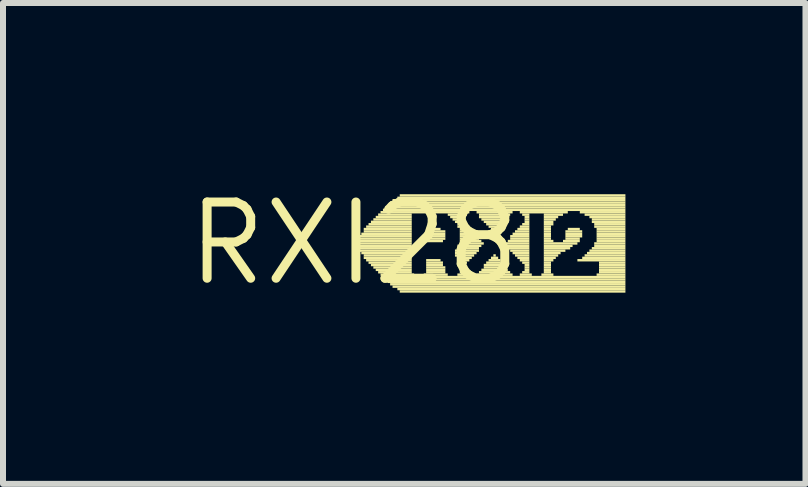
<source format=kicad_pcb>
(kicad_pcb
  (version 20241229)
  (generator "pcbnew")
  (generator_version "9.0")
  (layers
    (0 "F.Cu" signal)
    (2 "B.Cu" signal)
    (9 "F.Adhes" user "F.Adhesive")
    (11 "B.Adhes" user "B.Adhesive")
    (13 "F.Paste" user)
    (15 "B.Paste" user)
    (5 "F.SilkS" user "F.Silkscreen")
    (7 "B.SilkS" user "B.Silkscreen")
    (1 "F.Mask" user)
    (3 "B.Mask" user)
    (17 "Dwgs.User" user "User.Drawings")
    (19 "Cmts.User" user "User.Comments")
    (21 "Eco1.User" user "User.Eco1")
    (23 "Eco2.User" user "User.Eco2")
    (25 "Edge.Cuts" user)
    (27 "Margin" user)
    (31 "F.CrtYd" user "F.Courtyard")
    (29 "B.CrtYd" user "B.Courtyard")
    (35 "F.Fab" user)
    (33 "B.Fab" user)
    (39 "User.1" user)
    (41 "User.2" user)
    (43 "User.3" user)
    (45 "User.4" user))
  (footprint "RXI28"
    (layer "F.Cu")
    (at 2.85 1.006)
    (property "Reference" "RXI28" (at 0 0 0) (layer "F.SilkS") (effects (font (size 1.27 1.27) (thickness 0.15))))
    (fp_poly (pts (xy 0.08 -0.1) (xy 0.96 -0.1) (xy 0.96 -0.14) (xy 0.08 -0.14)) (stroke (width 0) (type solid)) (fill yes) (layer "F.SilkS"))
    (fp_poly (pts (xy 0.08 -0.06) (xy 0.96 -0.06) (xy 0.96 -0.1) (xy 0.08 -0.1)) (stroke (width 0) (type solid)) (fill yes) (layer "F.SilkS"))
    (fp_poly (pts (xy 0.08 -0.02) (xy 0.96 -0.02) (xy 0.96 -0.06) (xy 0.08 -0.06)) (stroke (width 0) (type solid)) (fill yes) (layer "F.SilkS"))
    (fp_poly (pts (xy 0.08 0.02) (xy 0.96 0.02) (xy 0.96 -0.02) (xy 0.08 -0.02)) (stroke (width 0) (type solid)) (fill yes) (layer "F.SilkS"))
    (fp_poly (pts (xy 0.08 0.06) (xy 0.96 0.06) (xy 0.96 0.02) (xy 0.08 0.02)) (stroke (width 0) (type solid)) (fill yes) (layer "F.SilkS"))
    (fp_poly (pts (xy 0.08 0.1) (xy 0.96 0.1) (xy 0.96 0.06) (xy 0.08 0.06)) (stroke (width 0) (type solid)) (fill yes) (layer "F.SilkS"))
    (fp_poly (pts (xy 0.08 0.14) (xy 0.96 0.14) (xy 0.96 0.1) (xy 0.08 0.1)) (stroke (width 0) (type solid)) (fill yes) (layer "F.SilkS"))
    (fp_poly (pts (xy 0.12 -0.14) (xy 0.96 -0.14) (xy 0.96 -0.18) (xy 0.12 -0.18)) (stroke (width 0) (type solid)) (fill yes) (layer "F.SilkS"))
    (fp_poly (pts (xy 0.12 0.18) (xy 0.96 0.18) (xy 0.96 0.14) (xy 0.12 0.14)) (stroke (width 0) (type solid)) (fill yes) (layer "F.SilkS"))
    (fp_poly (pts (xy 0.16 -0.22) (xy 0.96 -0.22) (xy 0.96 -0.26) (xy 0.16 -0.26)) (stroke (width 0) (type solid)) (fill yes) (layer "F.SilkS"))
    (fp_poly (pts (xy 0.16 -0.18) (xy 0.96 -0.18) (xy 0.96 -0.22) (xy 0.16 -0.22)) (stroke (width 0) (type solid)) (fill yes) (layer "F.SilkS"))
    (fp_poly (pts (xy 0.16 0.22) (xy 0.96 0.22) (xy 0.96 0.18) (xy 0.16 0.18)) (stroke (width 0) (type solid)) (fill yes) (layer "F.SilkS"))
    (fp_poly (pts (xy 0.16 0.26) (xy 0.96 0.26) (xy 0.96 0.22) (xy 0.16 0.22)) (stroke (width 0) (type solid)) (fill yes) (layer "F.SilkS"))
    (fp_poly (pts (xy 0.2 -0.26) (xy 0.96 -0.26) (xy 0.96 -0.3) (xy 0.2 -0.3)) (stroke (width 0) (type solid)) (fill yes) (layer "F.SilkS"))
    (fp_poly (pts (xy 0.2 0.3) (xy 0.96 0.3) (xy 0.96 0.26) (xy 0.2 0.26)) (stroke (width 0) (type solid)) (fill yes) (layer "F.SilkS"))
    (fp_poly (pts (xy 0.24 -0.3) (xy 0.96 -0.3) (xy 0.96 -0.34) (xy 0.24 -0.34)) (stroke (width 0) (type solid)) (fill yes) (layer "F.SilkS"))
    (fp_poly (pts (xy 0.24 0.34) (xy 0.96 0.34) (xy 0.96 0.3) (xy 0.24 0.3)) (stroke (width 0) (type solid)) (fill yes) (layer "F.SilkS"))
    (fp_poly (pts (xy 0.28 -0.34) (xy 0.96 -0.34) (xy 0.96 -0.38) (xy 0.28 -0.38)) (stroke (width 0) (type solid)) (fill yes) (layer "F.SilkS"))
    (fp_poly (pts (xy 0.28 0.38) (xy 0.96 0.38) (xy 0.96 0.34) (xy 0.28 0.34)) (stroke (width 0) (type solid)) (fill yes) (layer "F.SilkS"))
    (fp_poly (pts (xy 0.32 -0.38) (xy 0.96 -0.38) (xy 0.96 -0.42) (xy 0.32 -0.42)) (stroke (width 0) (type solid)) (fill yes) (layer "F.SilkS"))
    (fp_poly (pts (xy 0.32 0.42) (xy 0.96 0.42) (xy 0.96 0.38) (xy 0.32 0.38)) (stroke (width 0) (type solid)) (fill yes) (layer "F.SilkS"))
    (fp_poly (pts (xy 0.36 -0.42) (xy 0.96 -0.42) (xy 0.96 -0.46) (xy 0.36 -0.46)) (stroke (width 0) (type solid)) (fill yes) (layer "F.SilkS"))
    (fp_poly (pts (xy 0.36 0.46) (xy 0.96 0.46) (xy 0.96 0.42) (xy 0.36 0.42)) (stroke (width 0) (type solid)) (fill yes) (layer "F.SilkS"))
    (fp_poly (pts (xy 0.4 -0.46) (xy 0.96 -0.46) (xy 0.96 -0.5) (xy 0.4 -0.5)) (stroke (width 0) (type solid)) (fill yes) (layer "F.SilkS"))
    (fp_poly (pts (xy 0.4 0.5) (xy 0.96 0.5) (xy 0.96 0.46) (xy 0.4 0.46)) (stroke (width 0) (type solid)) (fill yes) (layer "F.SilkS"))
    (fp_poly (pts (xy 0.44 -0.5) (xy 1.92 -0.5) (xy 1.92 -0.54) (xy 0.44 -0.54)) (stroke (width 0) (type solid)) (fill yes) (layer "F.SilkS"))
    (fp_poly (pts (xy 0.44 0.54) (xy 1 0.54) (xy 1 0.5) (xy 0.44 0.5)) (stroke (width 0) (type solid)) (fill yes) (layer "F.SilkS"))
    (fp_poly (pts (xy 0.48 -0.54) (xy 4.52 -0.54) (xy 4.52 -0.58) (xy 0.48 -0.58)) (stroke (width 0) (type solid)) (fill yes) (layer "F.SilkS"))
    (fp_poly (pts (xy 0.48 0.58) (xy 4.52 0.58) (xy 4.52 0.54) (xy 0.48 0.54)) (stroke (width 0) (type solid)) (fill yes) (layer "F.SilkS"))
    (fp_poly (pts (xy 0.52 -0.58) (xy 4.52 -0.58) (xy 4.52 -0.62) (xy 0.52 -0.62)) (stroke (width 0) (type solid)) (fill yes) (layer "F.SilkS"))
    (fp_poly (pts (xy 0.52 0.62) (xy 4.52 0.62) (xy 4.52 0.58) (xy 0.52 0.58)) (stroke (width 0) (type solid)) (fill yes) (layer "F.SilkS"))
    (fp_poly (pts (xy 0.56 -0.62) (xy 4.52 -0.62) (xy 4.52 -0.66) (xy 0.56 -0.66)) (stroke (width 0) (type solid)) (fill yes) (layer "F.SilkS"))
    (fp_poly (pts (xy 0.56 0.66) (xy 4.52 0.66) (xy 4.52 0.62) (xy 0.56 0.62)) (stroke (width 0) (type solid)) (fill yes) (layer "F.SilkS"))
    (fp_poly (pts (xy 0.6 -0.66) (xy 4.52 -0.66) (xy 4.52 -0.7) (xy 0.6 -0.7)) (stroke (width 0) (type solid)) (fill yes) (layer "F.SilkS"))
    (fp_poly (pts (xy 0.6 0.7) (xy 4.52 0.7) (xy 4.52 0.66) (xy 0.6 0.66)) (stroke (width 0) (type solid)) (fill yes) (layer "F.SilkS"))
    (fp_poly (pts (xy 0.64 -0.7) (xy 4.52 -0.7) (xy 4.52 -0.74) (xy 0.64 -0.74)) (stroke (width 0) (type solid)) (fill yes) (layer "F.SilkS"))
    (fp_poly (pts (xy 0.64 0.74) (xy 4.52 0.74) (xy 4.52 0.7) (xy 0.64 0.7)) (stroke (width 0) (type solid)) (fill yes) (layer "F.SilkS"))
    (fp_poly (pts (xy 0.72 -0.74) (xy 4.52 -0.74) (xy 4.52 -0.78) (xy 0.72 -0.78)) (stroke (width 0) (type solid)) (fill yes) (layer "F.SilkS"))
    (fp_poly (pts (xy 0.72 0.78) (xy 4.52 0.78) (xy 4.52 0.74) (xy 0.72 0.74)) (stroke (width 0) (type solid)) (fill yes) (layer "F.SilkS"))
    (fp_poly (pts (xy 0.76 -0.78) (xy 4.52 -0.78) (xy 4.52 -0.82) (xy 0.76 -0.82)) (stroke (width 0) (type solid)) (fill yes) (layer "F.SilkS"))
    (fp_poly (pts (xy 0.76 0.82) (xy 4.52 0.82) (xy 4.52 0.78) (xy 0.76 0.78)) (stroke (width 0) (type solid)) (fill yes) (layer "F.SilkS"))
    (fp_poly (pts (xy 1.16 0.54) (xy 1.56 0.54) (xy 1.56 0.5) (xy 1.16 0.5)) (stroke (width 0) (type solid)) (fill yes) (layer "F.SilkS"))
    (fp_poly (pts (xy 1.2 -0.22) (xy 1.44 -0.22) (xy 1.44 -0.26) (xy 1.2 -0.26)) (stroke (width 0) (type solid)) (fill yes) (layer "F.SilkS"))
    (fp_poly (pts (xy 1.2 -0.18) (xy 1.52 -0.18) (xy 1.52 -0.22) (xy 1.2 -0.22)) (stroke (width 0) (type solid)) (fill yes) (layer "F.SilkS"))
    (fp_poly (pts (xy 1.2 -0.14) (xy 1.52 -0.14) (xy 1.52 -0.18) (xy 1.2 -0.18)) (stroke (width 0) (type solid)) (fill yes) (layer "F.SilkS"))
    (fp_poly (pts (xy 1.2 -0.1) (xy 1.52 -0.1) (xy 1.52 -0.14) (xy 1.2 -0.14)) (stroke (width 0) (type solid)) (fill yes) (layer "F.SilkS"))
    (fp_poly (pts (xy 1.2 -0.06) (xy 1.52 -0.06) (xy 1.52 -0.1) (xy 1.2 -0.1)) (stroke (width 0) (type solid)) (fill yes) (layer "F.SilkS"))
    (fp_poly (pts (xy 1.2 -0.02) (xy 1.48 -0.02) (xy 1.48 -0.06) (xy 1.2 -0.06)) (stroke (width 0) (type solid)) (fill yes) (layer "F.SilkS"))
    (fp_poly (pts (xy 1.2 0.3) (xy 1.44 0.3) (xy 1.44 0.26) (xy 1.2 0.26)) (stroke (width 0) (type solid)) (fill yes) (layer "F.SilkS"))
    (fp_poly (pts (xy 1.2 0.34) (xy 1.48 0.34) (xy 1.48 0.3) (xy 1.2 0.3)) (stroke (width 0) (type solid)) (fill yes) (layer "F.SilkS"))
    (fp_poly (pts (xy 1.2 0.38) (xy 1.48 0.38) (xy 1.48 0.34) (xy 1.2 0.34)) (stroke (width 0) (type solid)) (fill yes) (layer "F.SilkS"))
    (fp_poly (pts (xy 1.2 0.42) (xy 1.52 0.42) (xy 1.52 0.38) (xy 1.2 0.38)) (stroke (width 0) (type solid)) (fill yes) (layer "F.SilkS"))
    (fp_poly (pts (xy 1.2 0.46) (xy 1.52 0.46) (xy 1.52 0.42) (xy 1.2 0.42)) (stroke (width 0) (type solid)) (fill yes) (layer "F.SilkS"))
    (fp_poly (pts (xy 1.2 0.5) (xy 1.52 0.5) (xy 1.52 0.46) (xy 1.2 0.46)) (stroke (width 0) (type solid)) (fill yes) (layer "F.SilkS"))
    (fp_poly (pts (xy 1.56 -0.46) (xy 1.88 -0.46) (xy 1.88 -0.5) (xy 1.56 -0.5)) (stroke (width 0) (type solid)) (fill yes) (layer "F.SilkS"))
    (fp_poly (pts (xy 1.6 -0.42) (xy 1.84 -0.42) (xy 1.84 -0.46) (xy 1.6 -0.46)) (stroke (width 0) (type solid)) (fill yes) (layer "F.SilkS"))
    (fp_poly (pts (xy 1.64 -0.38) (xy 1.84 -0.38) (xy 1.84 -0.42) (xy 1.64 -0.42)) (stroke (width 0) (type solid)) (fill yes) (layer "F.SilkS"))
    (fp_poly (pts (xy 1.68 -0.34) (xy 1.84 -0.34) (xy 1.84 -0.38) (xy 1.68 -0.38)) (stroke (width 0) (type solid)) (fill yes) (layer "F.SilkS"))
    (fp_poly (pts (xy 1.68 0.14) (xy 2.08 0.14) (xy 2.08 0.1) (xy 1.68 0.1)) (stroke (width 0) (type solid)) (fill yes) (layer "F.SilkS"))
    (fp_poly (pts (xy 1.68 0.18) (xy 2.04 0.18) (xy 2.04 0.14) (xy 1.68 0.14)) (stroke (width 0) (type solid)) (fill yes) (layer "F.SilkS"))
    (fp_poly (pts (xy 1.68 0.22) (xy 2 0.22) (xy 2 0.18) (xy 1.68 0.18)) (stroke (width 0) (type solid)) (fill yes) (layer "F.SilkS"))
    (fp_poly (pts (xy 1.72 -0.3) (xy 1.88 -0.3) (xy 1.88 -0.34) (xy 1.72 -0.34)) (stroke (width 0) (type solid)) (fill yes) (layer "F.SilkS"))
    (fp_poly (pts (xy 1.72 -0.26) (xy 1.92 -0.26) (xy 1.92 -0.3) (xy 1.72 -0.3)) (stroke (width 0) (type solid)) (fill yes) (layer "F.SilkS"))
    (fp_poly (pts (xy 1.72 0.06) (xy 2.12 0.06) (xy 2.12 0.02) (xy 1.72 0.02)) (stroke (width 0) (type solid)) (fill yes) (layer "F.SilkS"))
    (fp_poly (pts (xy 1.72 0.1) (xy 2.08 0.1) (xy 2.08 0.06) (xy 1.72 0.06)) (stroke (width 0) (type solid)) (fill yes) (layer "F.SilkS"))
    (fp_poly (pts (xy 1.72 0.26) (xy 1.96 0.26) (xy 1.96 0.22) (xy 1.72 0.22)) (stroke (width 0) (type solid)) (fill yes) (layer "F.SilkS"))
    (fp_poly (pts (xy 1.72 0.3) (xy 1.92 0.3) (xy 1.92 0.26) (xy 1.72 0.26)) (stroke (width 0) (type solid)) (fill yes) (layer "F.SilkS"))
    (fp_poly (pts (xy 1.72 0.34) (xy 1.88 0.34) (xy 1.88 0.3) (xy 1.72 0.3)) (stroke (width 0) (type solid)) (fill yes) (layer "F.SilkS"))
    (fp_poly (pts (xy 1.72 0.54) (xy 1.92 0.54) (xy 1.92 0.5) (xy 1.72 0.5)) (stroke (width 0) (type solid)) (fill yes) (layer "F.SilkS"))
    (fp_poly (pts (xy 1.76 -0.22) (xy 1.96 -0.22) (xy 1.96 -0.26) (xy 1.76 -0.26)) (stroke (width 0) (type solid)) (fill yes) (layer "F.SilkS"))
    (fp_poly (pts (xy 1.76 -0.18) (xy 1.96 -0.18) (xy 1.96 -0.22) (xy 1.76 -0.22)) (stroke (width 0) (type solid)) (fill yes) (layer "F.SilkS"))
    (fp_poly (pts (xy 1.76 -0.14) (xy 2 -0.14) (xy 2 -0.18) (xy 1.76 -0.18)) (stroke (width 0) (type solid)) (fill yes) (layer "F.SilkS"))
    (fp_poly (pts (xy 1.76 -0.1) (xy 2.04 -0.1) (xy 2.04 -0.14) (xy 1.76 -0.14)) (stroke (width 0) (type solid)) (fill yes) (layer "F.SilkS"))
    (fp_poly (pts (xy 1.76 -0.06) (xy 2.08 -0.06) (xy 2.08 -0.1) (xy 1.76 -0.1)) (stroke (width 0) (type solid)) (fill yes) (layer "F.SilkS"))
    (fp_poly (pts (xy 1.76 -0.02) (xy 2.12 -0.02) (xy 2.12 -0.06) (xy 1.76 -0.06)) (stroke (width 0) (type solid)) (fill yes) (layer "F.SilkS"))
    (fp_poly (pts (xy 1.76 0.02) (xy 2.16 0.02) (xy 2.16 -0.02) (xy 1.76 -0.02)) (stroke (width 0) (type solid)) (fill yes) (layer "F.SilkS"))
    (fp_poly (pts (xy 1.76 0.38) (xy 1.84 0.38) (xy 1.84 0.34) (xy 1.76 0.34)) (stroke (width 0) (type solid)) (fill yes) (layer "F.SilkS"))
    (fp_poly (pts (xy 1.76 0.42) (xy 1.84 0.42) (xy 1.84 0.38) (xy 1.76 0.38)) (stroke (width 0) (type solid)) (fill yes) (layer "F.SilkS"))
    (fp_poly (pts (xy 1.76 0.46) (xy 1.84 0.46) (xy 1.84 0.42) (xy 1.76 0.42)) (stroke (width 0) (type solid)) (fill yes) (layer "F.SilkS"))
    (fp_poly (pts (xy 1.76 0.5) (xy 1.84 0.5) (xy 1.84 0.46) (xy 1.76 0.46)) (stroke (width 0) (type solid)) (fill yes) (layer "F.SilkS"))
    (fp_poly (pts (xy 2.04 -0.5) (xy 2.64 -0.5) (xy 2.64 -0.54) (xy 2.04 -0.54)) (stroke (width 0) (type solid)) (fill yes) (layer "F.SilkS"))
    (fp_poly (pts (xy 2.04 0.54) (xy 2.64 0.54) (xy 2.64 0.5) (xy 2.04 0.5)) (stroke (width 0) (type solid)) (fill yes) (layer "F.SilkS"))
    (fp_poly (pts (xy 2.08 -0.46) (xy 2.6 -0.46) (xy 2.6 -0.5) (xy 2.08 -0.5)) (stroke (width 0) (type solid)) (fill yes) (layer "F.SilkS"))
    (fp_poly (pts (xy 2.08 -0.42) (xy 2.56 -0.42) (xy 2.56 -0.46) (xy 2.08 -0.46)) (stroke (width 0) (type solid)) (fill yes) (layer "F.SilkS"))
    (fp_poly (pts (xy 2.08 0.5) (xy 2.6 0.5) (xy 2.6 0.46) (xy 2.08 0.46)) (stroke (width 0) (type solid)) (fill yes) (layer "F.SilkS"))
    (fp_poly (pts (xy 2.12 -0.38) (xy 2.52 -0.38) (xy 2.52 -0.42) (xy 2.12 -0.42)) (stroke (width 0) (type solid)) (fill yes) (layer "F.SilkS"))
    (fp_poly (pts (xy 2.12 0.46) (xy 2.56 0.46) (xy 2.56 0.42) (xy 2.12 0.42)) (stroke (width 0) (type solid)) (fill yes) (layer "F.SilkS"))
    (fp_poly (pts (xy 2.16 -0.34) (xy 2.52 -0.34) (xy 2.52 -0.38) (xy 2.16 -0.38)) (stroke (width 0) (type solid)) (fill yes) (layer "F.SilkS"))
    (fp_poly (pts (xy 2.16 0.38) (xy 2.48 0.38) (xy 2.48 0.34) (xy 2.16 0.34)) (stroke (width 0) (type solid)) (fill yes) (layer "F.SilkS"))
    (fp_poly (pts (xy 2.16 0.42) (xy 2.52 0.42) (xy 2.52 0.38) (xy 2.16 0.38)) (stroke (width 0) (type solid)) (fill yes) (layer "F.SilkS"))
    (fp_poly (pts (xy 2.2 -0.3) (xy 2.48 -0.3) (xy 2.48 -0.34) (xy 2.2 -0.34)) (stroke (width 0) (type solid)) (fill yes) (layer "F.SilkS"))
    (fp_poly (pts (xy 2.2 0.34) (xy 2.44 0.34) (xy 2.44 0.3) (xy 2.2 0.3)) (stroke (width 0) (type solid)) (fill yes) (layer "F.SilkS"))
    (fp_poly (pts (xy 2.24 -0.26) (xy 2.44 -0.26) (xy 2.44 -0.3) (xy 2.24 -0.3)) (stroke (width 0) (type solid)) (fill yes) (layer "F.SilkS"))
    (fp_poly (pts (xy 2.24 0.3) (xy 2.44 0.3) (xy 2.44 0.26) (xy 2.24 0.26)) (stroke (width 0) (type solid)) (fill yes) (layer "F.SilkS"))
    (fp_poly (pts (xy 2.28 -0.22) (xy 2.4 -0.22) (xy 2.4 -0.26) (xy 2.28 -0.26)) (stroke (width 0) (type solid)) (fill yes) (layer "F.SilkS"))
    (fp_poly (pts (xy 2.28 0.26) (xy 2.4 0.26) (xy 2.4 0.22) (xy 2.28 0.22)) (stroke (width 0) (type solid)) (fill yes) (layer "F.SilkS"))
    (fp_poly (pts (xy 2.32 -0.18) (xy 2.36 -0.18) (xy 2.36 -0.22) (xy 2.32 -0.22)) (stroke (width 0) (type solid)) (fill yes) (layer "F.SilkS"))
    (fp_poly (pts (xy 2.32 0.22) (xy 2.36 0.22) (xy 2.36 0.18) (xy 2.32 0.18)) (stroke (width 0) (type solid)) (fill yes) (layer "F.SilkS"))
    (fp_poly (pts (xy 2.52 0.02) (xy 2.92 0.02) (xy 2.92 -0.02) (xy 2.52 -0.02)) (stroke (width 0) (type solid)) (fill yes) (layer "F.SilkS"))
    (fp_poly (pts (xy 2.52 0.06) (xy 2.92 0.06) (xy 2.92 0.02) (xy 2.52 0.02)) (stroke (width 0) (type solid)) (fill yes) (layer "F.SilkS"))
    (fp_poly (pts (xy 2.56 -0.02) (xy 2.92 -0.02) (xy 2.92 -0.06) (xy 2.56 -0.06)) (stroke (width 0) (type solid)) (fill yes) (layer "F.SilkS"))
    (fp_poly (pts (xy 2.56 0.1) (xy 2.92 0.1) (xy 2.92 0.06) (xy 2.56 0.06)) (stroke (width 0) (type solid)) (fill yes) (layer "F.SilkS"))
    (fp_poly (pts (xy 2.6 -0.1) (xy 2.92 -0.1) (xy 2.92 -0.14) (xy 2.6 -0.14)) (stroke (width 0) (type solid)) (fill yes) (layer "F.SilkS"))
    (fp_poly (pts (xy 2.6 -0.06) (xy 2.92 -0.06) (xy 2.92 -0.1) (xy 2.6 -0.1)) (stroke (width 0) (type solid)) (fill yes) (layer "F.SilkS"))
    (fp_poly (pts (xy 2.6 0.14) (xy 2.92 0.14) (xy 2.92 0.1) (xy 2.6 0.1)) (stroke (width 0) (type solid)) (fill yes) (layer "F.SilkS"))
    (fp_poly (pts (xy 2.64 -0.14) (xy 2.92 -0.14) (xy 2.92 -0.18) (xy 2.64 -0.18)) (stroke (width 0) (type solid)) (fill yes) (layer "F.SilkS"))
    (fp_poly (pts (xy 2.64 0.18) (xy 2.92 0.18) (xy 2.92 0.14) (xy 2.64 0.14)) (stroke (width 0) (type solid)) (fill yes) (layer "F.SilkS"))
    (fp_poly (pts (xy 2.68 -0.18) (xy 2.92 -0.18) (xy 2.92 -0.22) (xy 2.68 -0.22)) (stroke (width 0) (type solid)) (fill yes) (layer "F.SilkS"))
    (fp_poly (pts (xy 2.68 0.22) (xy 2.92 0.22) (xy 2.92 0.18) (xy 2.68 0.18)) (stroke (width 0) (type solid)) (fill yes) (layer "F.SilkS"))
    (fp_poly (pts (xy 2.72 -0.22) (xy 2.92 -0.22) (xy 2.92 -0.26) (xy 2.72 -0.26)) (stroke (width 0) (type solid)) (fill yes) (layer "F.SilkS"))
    (fp_poly (pts (xy 2.72 0.26) (xy 2.92 0.26) (xy 2.92 0.22) (xy 2.72 0.22)) (stroke (width 0) (type solid)) (fill yes) (layer "F.SilkS"))
    (fp_poly (pts (xy 2.76 -0.5) (xy 3.56 -0.5) (xy 3.56 -0.54) (xy 2.76 -0.54)) (stroke (width 0) (type solid)) (fill yes) (layer "F.SilkS"))
    (fp_poly (pts (xy 2.76 -0.26) (xy 2.92 -0.26) (xy 2.92 -0.3) (xy 2.76 -0.3)) (stroke (width 0) (type solid)) (fill yes) (layer "F.SilkS"))
    (fp_poly (pts (xy 2.76 0.3) (xy 2.92 0.3) (xy 2.92 0.26) (xy 2.76 0.26)) (stroke (width 0) (type solid)) (fill yes) (layer "F.SilkS"))
    (fp_poly (pts (xy 2.76 0.54) (xy 2.96 0.54) (xy 2.96 0.5) (xy 2.76 0.5)) (stroke (width 0) (type solid)) (fill yes) (layer "F.SilkS"))
    (fp_poly (pts (xy 2.8 -0.46) (xy 2.92 -0.46) (xy 2.92 -0.5) (xy 2.8 -0.5)) (stroke (width 0) (type solid)) (fill yes) (layer "F.SilkS"))
    (fp_poly (pts (xy 2.8 -0.3) (xy 2.92 -0.3) (xy 2.92 -0.34) (xy 2.8 -0.34)) (stroke (width 0) (type solid)) (fill yes) (layer "F.SilkS"))
    (fp_poly (pts (xy 2.8 0.34) (xy 2.92 0.34) (xy 2.92 0.3) (xy 2.8 0.3)) (stroke (width 0) (type solid)) (fill yes) (layer "F.SilkS"))
    (fp_poly (pts (xy 2.8 0.5) (xy 2.92 0.5) (xy 2.92 0.46) (xy 2.8 0.46)) (stroke (width 0) (type solid)) (fill yes) (layer "F.SilkS"))
    (fp_poly (pts (xy 2.84 -0.42) (xy 2.92 -0.42) (xy 2.92 -0.46) (xy 2.84 -0.46)) (stroke (width 0) (type solid)) (fill yes) (layer "F.SilkS"))
    (fp_poly (pts (xy 2.84 -0.38) (xy 2.92 -0.38) (xy 2.92 -0.42) (xy 2.84 -0.42)) (stroke (width 0) (type solid)) (fill yes) (layer "F.SilkS"))
    (fp_poly (pts (xy 2.84 -0.34) (xy 2.92 -0.34) (xy 2.92 -0.38) (xy 2.84 -0.38)) (stroke (width 0) (type solid)) (fill yes) (layer "F.SilkS"))
    (fp_poly (pts (xy 2.84 0.38) (xy 2.92 0.38) (xy 2.92 0.34) (xy 2.84 0.34)) (stroke (width 0) (type solid)) (fill yes) (layer "F.SilkS"))
    (fp_poly (pts (xy 2.84 0.42) (xy 2.92 0.42) (xy 2.92 0.38) (xy 2.84 0.38)) (stroke (width 0) (type solid)) (fill yes) (layer "F.SilkS"))
    (fp_poly (pts (xy 2.84 0.46) (xy 2.92 0.46) (xy 2.92 0.42) (xy 2.84 0.42)) (stroke (width 0) (type solid)) (fill yes) (layer "F.SilkS"))
    (fp_poly (pts (xy 3.12 0.54) (xy 3.32 0.54) (xy 3.32 0.5) (xy 3.12 0.5)) (stroke (width 0) (type solid)) (fill yes) (layer "F.SilkS"))
    (fp_poly (pts (xy 3.16 -0.46) (xy 3.48 -0.46) (xy 3.48 -0.5) (xy 3.16 -0.5)) (stroke (width 0) (type solid)) (fill yes) (layer "F.SilkS"))
    (fp_poly (pts (xy 3.16 -0.42) (xy 3.4 -0.42) (xy 3.4 -0.46) (xy 3.16 -0.46)) (stroke (width 0) (type solid)) (fill yes) (layer "F.SilkS"))
    (fp_poly (pts (xy 3.16 -0.38) (xy 3.36 -0.38) (xy 3.36 -0.42) (xy 3.16 -0.42)) (stroke (width 0) (type solid)) (fill yes) (layer "F.SilkS"))
    (fp_poly (pts (xy 3.16 -0.34) (xy 3.32 -0.34) (xy 3.32 -0.38) (xy 3.16 -0.38)) (stroke (width 0) (type solid)) (fill yes) (layer "F.SilkS"))
    (fp_poly (pts (xy 3.16 -0.3) (xy 3.32 -0.3) (xy 3.32 -0.34) (xy 3.16 -0.34)) (stroke (width 0) (type solid)) (fill yes) (layer "F.SilkS"))
    (fp_poly (pts (xy 3.16 -0.26) (xy 3.28 -0.26) (xy 3.28 -0.3) (xy 3.16 -0.3)) (stroke (width 0) (type solid)) (fill yes) (layer "F.SilkS"))
    (fp_poly (pts (xy 3.16 -0.22) (xy 3.28 -0.22) (xy 3.28 -0.26) (xy 3.16 -0.26)) (stroke (width 0) (type solid)) (fill yes) (layer "F.SilkS"))
    (fp_poly (pts (xy 3.16 -0.18) (xy 3.28 -0.18) (xy 3.28 -0.22) (xy 3.16 -0.22)) (stroke (width 0) (type solid)) (fill yes) (layer "F.SilkS"))
    (fp_poly (pts (xy 3.16 -0.14) (xy 3.28 -0.14) (xy 3.28 -0.18) (xy 3.16 -0.18)) (stroke (width 0) (type solid)) (fill yes) (layer "F.SilkS"))
    (fp_poly (pts (xy 3.16 -0.1) (xy 3.28 -0.1) (xy 3.28 -0.14) (xy 3.16 -0.14)) (stroke (width 0) (type solid)) (fill yes) (layer "F.SilkS"))
    (fp_poly (pts (xy 3.16 -0.06) (xy 3.28 -0.06) (xy 3.28 -0.1) (xy 3.16 -0.1)) (stroke (width 0) (type solid)) (fill yes) (layer "F.SilkS"))
    (fp_poly (pts (xy 3.16 -0.02) (xy 3.32 -0.02) (xy 3.32 -0.06) (xy 3.16 -0.06)) (stroke (width 0) (type solid)) (fill yes) (layer "F.SilkS"))
    (fp_poly (pts (xy 3.16 0.02) (xy 3.72 0.02) (xy 3.72 -0.02) (xy 3.16 -0.02)) (stroke (width 0) (type solid)) (fill yes) (layer "F.SilkS"))
    (fp_poly (pts (xy 3.16 0.06) (xy 3.64 0.06) (xy 3.64 0.02) (xy 3.16 0.02)) (stroke (width 0) (type solid)) (fill yes) (layer "F.SilkS"))
    (fp_poly (pts (xy 3.16 0.1) (xy 3.6 0.1) (xy 3.6 0.06) (xy 3.16 0.06)) (stroke (width 0) (type solid)) (fill yes) (layer "F.SilkS"))
    (fp_poly (pts (xy 3.16 0.14) (xy 3.52 0.14) (xy 3.52 0.1) (xy 3.16 0.1)) (stroke (width 0) (type solid)) (fill yes) (layer "F.SilkS"))
    (fp_poly (pts (xy 3.16 0.18) (xy 3.44 0.18) (xy 3.44 0.14) (xy 3.16 0.14)) (stroke (width 0) (type solid)) (fill yes) (layer "F.SilkS"))
    (fp_poly (pts (xy 3.16 0.22) (xy 3.4 0.22) (xy 3.4 0.18) (xy 3.16 0.18)) (stroke (width 0) (type solid)) (fill yes) (layer "F.SilkS"))
    (fp_poly (pts (xy 3.16 0.26) (xy 3.36 0.26) (xy 3.36 0.22) (xy 3.16 0.22)) (stroke (width 0) (type solid)) (fill yes) (layer "F.SilkS"))
    (fp_poly (pts (xy 3.16 0.3) (xy 3.32 0.3) (xy 3.32 0.26) (xy 3.16 0.26)) (stroke (width 0) (type solid)) (fill yes) (layer "F.SilkS"))
    (fp_poly (pts (xy 3.16 0.34) (xy 3.28 0.34) (xy 3.28 0.3) (xy 3.16 0.3)) (stroke (width 0) (type solid)) (fill yes) (layer "F.SilkS"))
    (fp_poly (pts (xy 3.16 0.38) (xy 3.28 0.38) (xy 3.28 0.34) (xy 3.16 0.34)) (stroke (width 0) (type solid)) (fill yes) (layer "F.SilkS"))
    (fp_poly (pts (xy 3.16 0.42) (xy 3.28 0.42) (xy 3.28 0.38) (xy 3.16 0.38)) (stroke (width 0) (type solid)) (fill yes) (layer "F.SilkS"))
    (fp_poly (pts (xy 3.16 0.46) (xy 3.28 0.46) (xy 3.28 0.42) (xy 3.16 0.42)) (stroke (width 0) (type solid)) (fill yes) (layer "F.SilkS"))
    (fp_poly (pts (xy 3.16 0.5) (xy 3.28 0.5) (xy 3.28 0.46) (xy 3.16 0.46)) (stroke (width 0) (type solid)) (fill yes) (layer "F.SilkS"))
    (fp_poly (pts (xy 3.48 -0.02) (xy 3.76 -0.02) (xy 3.76 -0.06) (xy 3.48 -0.06)) (stroke (width 0) (type solid)) (fill yes) (layer "F.SilkS"))
    (fp_poly (pts (xy 3.52 -0.18) (xy 3.8 -0.18) (xy 3.8 -0.22) (xy 3.52 -0.22)) (stroke (width 0) (type solid)) (fill yes) (layer "F.SilkS"))
    (fp_poly (pts (xy 3.52 -0.14) (xy 3.8 -0.14) (xy 3.8 -0.18) (xy 3.52 -0.18)) (stroke (width 0) (type solid)) (fill yes) (layer "F.SilkS"))
    (fp_poly (pts (xy 3.52 -0.1) (xy 3.8 -0.1) (xy 3.8 -0.14) (xy 3.52 -0.14)) (stroke (width 0) (type solid)) (fill yes) (layer "F.SilkS"))
    (fp_poly (pts (xy 3.52 -0.06) (xy 3.76 -0.06) (xy 3.76 -0.1) (xy 3.52 -0.1)) (stroke (width 0) (type solid)) (fill yes) (layer "F.SilkS"))
    (fp_poly (pts (xy 3.56 -0.22) (xy 3.76 -0.22) (xy 3.76 -0.26) (xy 3.56 -0.26)) (stroke (width 0) (type solid)) (fill yes) (layer "F.SilkS"))
    (fp_poly (pts (xy 3.72 0.3) (xy 4.52 0.3) (xy 4.52 0.26) (xy 3.72 0.26)) (stroke (width 0) (type solid)) (fill yes) (layer "F.SilkS"))
    (fp_poly (pts (xy 3.76 -0.5) (xy 4.52 -0.5) (xy 4.52 -0.54) (xy 3.76 -0.54)) (stroke (width 0) (type solid)) (fill yes) (layer "F.SilkS"))
    (fp_poly (pts (xy 3.8 0.26) (xy 4.52 0.26) (xy 4.52 0.22) (xy 3.8 0.22)) (stroke (width 0) (type solid)) (fill yes) (layer "F.SilkS"))
    (fp_poly (pts (xy 3.84 -0.46) (xy 4.52 -0.46) (xy 4.52 -0.5) (xy 3.84 -0.5)) (stroke (width 0) (type solid)) (fill yes) (layer "F.SilkS"))
    (fp_poly (pts (xy 3.84 0.22) (xy 4.52 0.22) (xy 4.52 0.18) (xy 3.84 0.18)) (stroke (width 0) (type solid)) (fill yes) (layer "F.SilkS"))
    (fp_poly (pts (xy 3.88 0.18) (xy 4.52 0.18) (xy 4.52 0.14) (xy 3.88 0.14)) (stroke (width 0) (type solid)) (fill yes) (layer "F.SilkS"))
    (fp_poly (pts (xy 3.92 -0.42) (xy 4.52 -0.42) (xy 4.52 -0.46) (xy 3.92 -0.46)) (stroke (width 0) (type solid)) (fill yes) (layer "F.SilkS"))
    (fp_poly (pts (xy 3.92 0.14) (xy 4.52 0.14) (xy 4.52 0.1) (xy 3.92 0.1)) (stroke (width 0) (type solid)) (fill yes) (layer "F.SilkS"))
    (fp_poly (pts (xy 3.96 -0.38) (xy 4.52 -0.38) (xy 4.52 -0.42) (xy 3.96 -0.42)) (stroke (width 0) (type solid)) (fill yes) (layer "F.SilkS"))
    (fp_poly (pts (xy 3.96 -0.34) (xy 4.52 -0.34) (xy 4.52 -0.38) (xy 3.96 -0.38)) (stroke (width 0) (type solid)) (fill yes) (layer "F.SilkS"))
    (fp_poly (pts (xy 3.96 0.1) (xy 4.52 0.1) (xy 4.52 0.06) (xy 3.96 0.06)) (stroke (width 0) (type solid)) (fill yes) (layer "F.SilkS"))
    (fp_poly (pts (xy 4 -0.3) (xy 4.52 -0.3) (xy 4.52 -0.34) (xy 4 -0.34)) (stroke (width 0) (type solid)) (fill yes) (layer "F.SilkS"))
    (fp_poly (pts (xy 4 -0.26) (xy 4.52 -0.26) (xy 4.52 -0.3) (xy 4 -0.3)) (stroke (width 0) (type solid)) (fill yes) (layer "F.SilkS"))
    (fp_poly (pts (xy 4 0.02) (xy 4.52 0.02) (xy 4.52 -0.02) (xy 4 -0.02)) (stroke (width 0) (type solid)) (fill yes) (layer "F.SilkS"))
    (fp_poly (pts (xy 4 0.06) (xy 4.52 0.06) (xy 4.52 0.02) (xy 4 0.02)) (stroke (width 0) (type solid)) (fill yes) (layer "F.SilkS"))
    (fp_poly (pts (xy 4.04 -0.22) (xy 4.52 -0.22) (xy 4.52 -0.26) (xy 4.04 -0.26)) (stroke (width 0) (type solid)) (fill yes) (layer "F.SilkS"))
    (fp_poly (pts (xy 4.04 -0.18) (xy 4.52 -0.18) (xy 4.52 -0.22) (xy 4.04 -0.22)) (stroke (width 0) (type solid)) (fill yes) (layer "F.SilkS"))
    (fp_poly (pts (xy 4.04 -0.14) (xy 4.52 -0.14) (xy 4.52 -0.18) (xy 4.04 -0.18)) (stroke (width 0) (type solid)) (fill yes) (layer "F.SilkS"))
    (fp_poly (pts (xy 4.04 -0.1) (xy 4.52 -0.1) (xy 4.52 -0.14) (xy 4.04 -0.14)) (stroke (width 0) (type solid)) (fill yes) (layer "F.SilkS"))
    (fp_poly (pts (xy 4.04 -0.06) (xy 4.52 -0.06) (xy 4.52 -0.1) (xy 4.04 -0.1)) (stroke (width 0) (type solid)) (fill yes) (layer "F.SilkS"))
    (fp_poly (pts (xy 4.04 -0.02) (xy 4.52 -0.02) (xy 4.52 -0.06) (xy 4.04 -0.06)) (stroke (width 0) (type solid)) (fill yes) (layer "F.SilkS"))
    (fp_poly (pts (xy 4.04 0.54) (xy 4.52 0.54) (xy 4.52 0.5) (xy 4.04 0.5)) (stroke (width 0) (type solid)) (fill yes) (layer "F.SilkS"))
    (fp_poly (pts (xy 4.08 0.34) (xy 4.52 0.34) (xy 4.52 0.3) (xy 4.08 0.3)) (stroke (width 0) (type solid)) (fill yes) (layer "F.SilkS"))
    (fp_poly (pts (xy 4.08 0.38) (xy 4.52 0.38) (xy 4.52 0.34) (xy 4.08 0.34)) (stroke (width 0) (type solid)) (fill yes) (layer "F.SilkS"))
    (fp_poly (pts (xy 4.08 0.42) (xy 4.52 0.42) (xy 4.52 0.38) (xy 4.08 0.38)) (stroke (width 0) (type solid)) (fill yes) (layer "F.SilkS"))
    (fp_poly (pts (xy 4.08 0.46) (xy 4.52 0.46) (xy 4.52 0.42) (xy 4.08 0.42)) (stroke (width 0) (type solid)) (fill yes) (layer "F.SilkS"))
    (fp_poly (pts (xy 4.08 0.5) (xy 4.52 0.5) (xy 4.52 0.46) (xy 4.08 0.46)) (stroke (width 0) (type solid)) (fill yes) (layer "F.SilkS")))
  (gr_rect
    (start -3 -3)
    (end 10.37 5.012)
    (stroke (width 0.1) (type default))
    (fill no)
    (layer "Edge.Cuts")))
</source>
